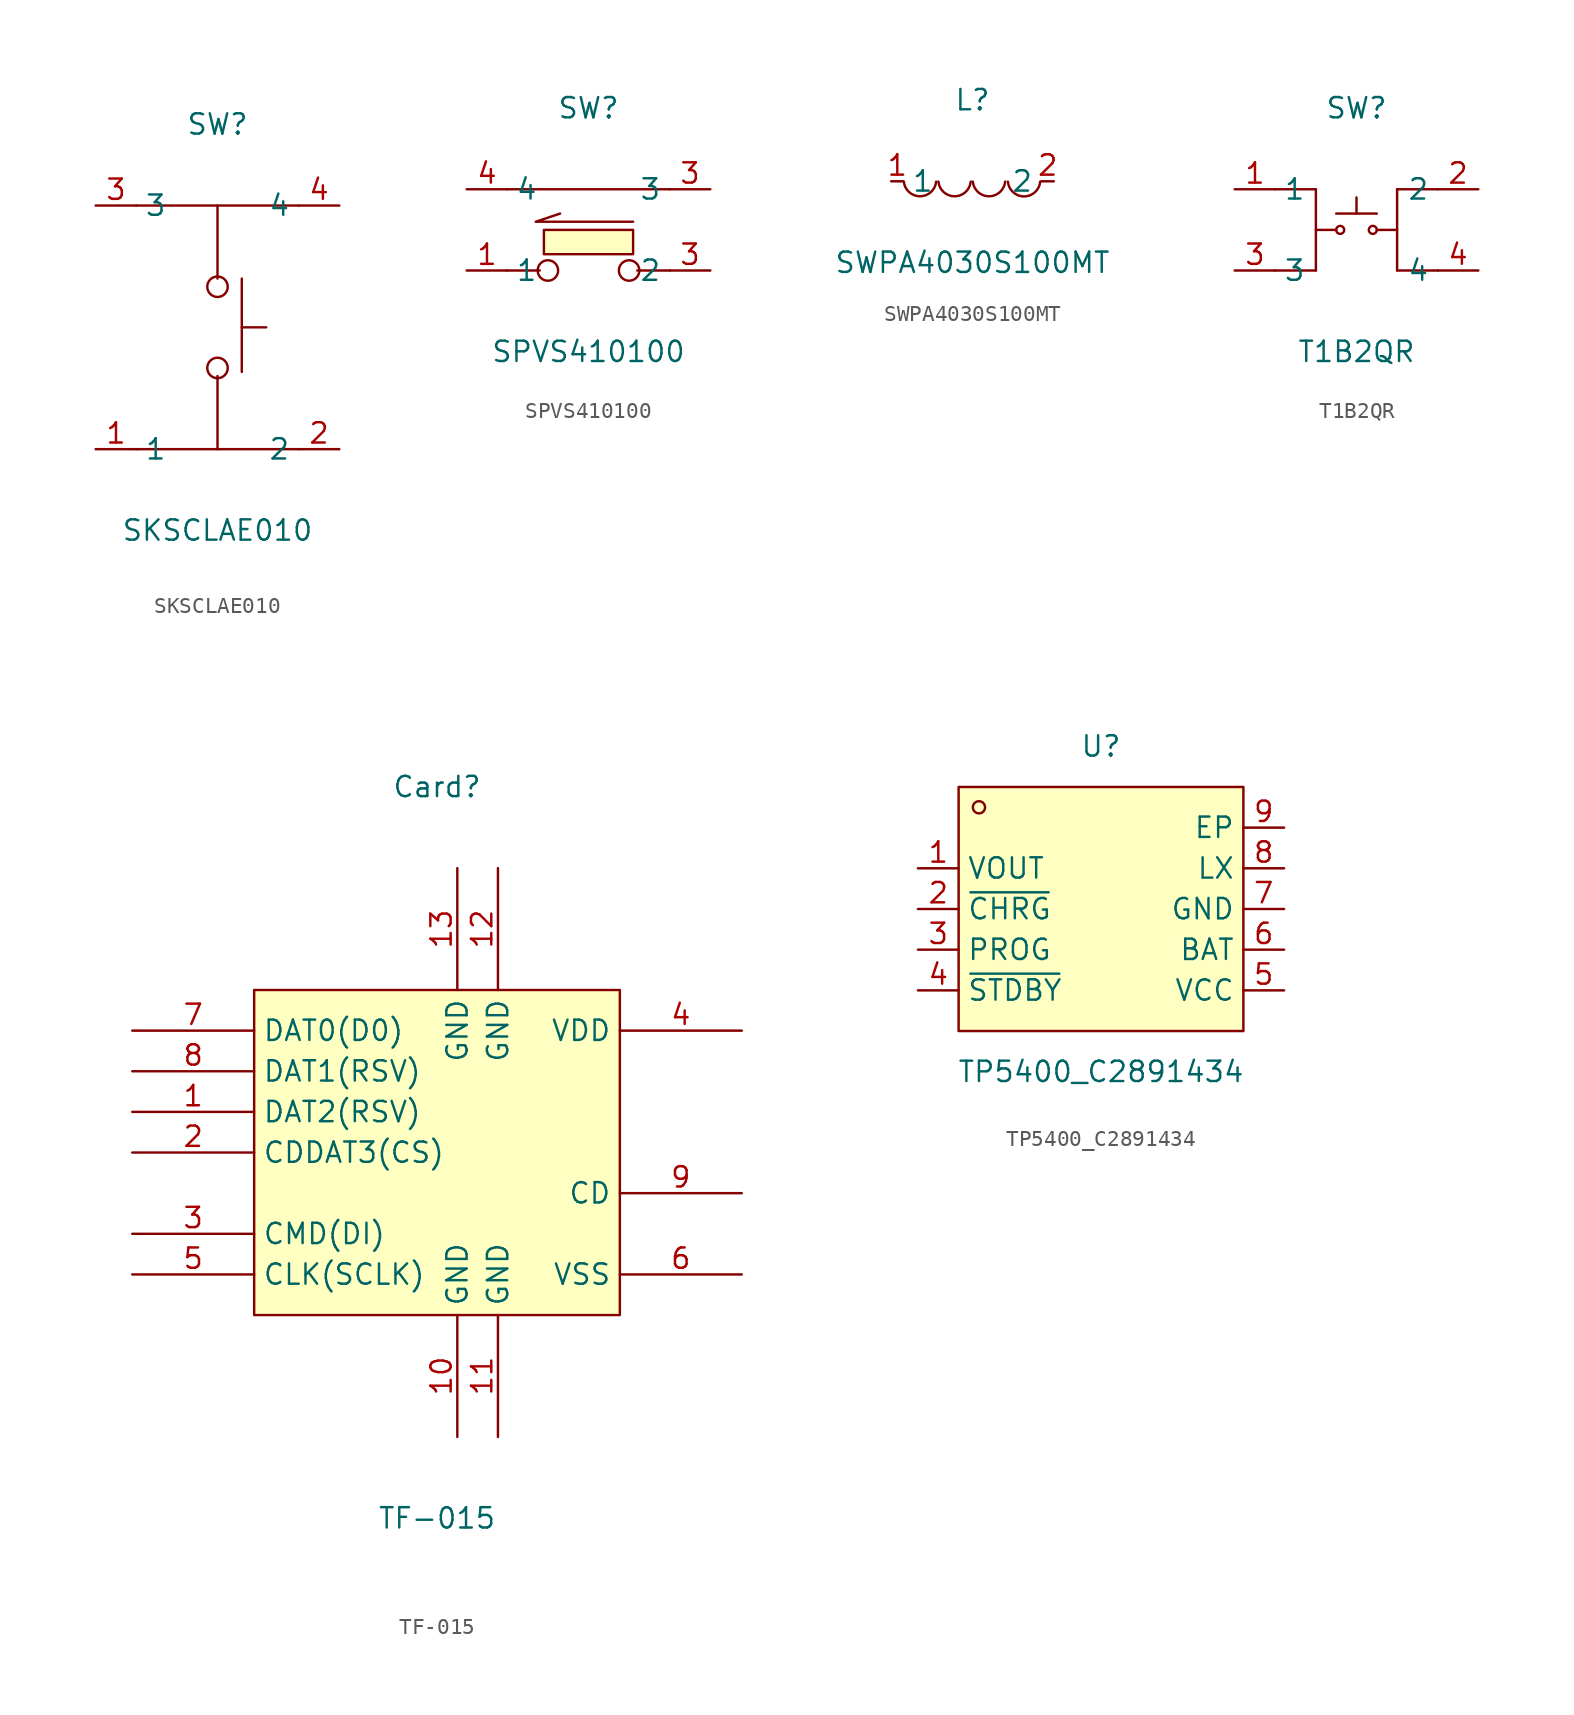
<source format=kicad_sym>
(kicad_symbol_lib
  (version 20211014)
  (generator https://github.com/uPesy/easyeda2kicad.py)
  (symbol "SKSCLAE010"
    (property "Reference" "SW"
      (at 0 11.43 0)
      (effects (font (size 1.27 1.27))))
    (property "Value" "SKSCLAE010"
      (at 0 -13.97 0)
      (effects (font (size 1.27 1.27))))
    (symbol "SKSCLAE010_0_1"
      (circle (center 0.00 -3.81) (radius 0.64) (stroke (width 0) (type default) (color 0 0 0 0)) (fill (type none)))
      (circle (center 0.00 1.27) (radius 0.64) (stroke (width 0) (type default) (color 0 0 0 0)) (fill (type none)))
      (polyline (pts (xy 0.00 -4.32) (xy 0.00 -8.89)) (stroke (width 0) (type default) (color 0 0 0 0)) (fill (type none)))
      (polyline (pts (xy 0.00 1.78) (xy 0.00 6.35)) (stroke (width 0) (type default) (color 0 0 0 0)) (fill (type none)))
      (polyline (pts (xy 5.08 6.35) (xy -5.08 6.35)) (stroke (width 0) (type default) (color 0 0 0 0)) (fill (type none)))
      (polyline (pts (xy 5.08 -8.89) (xy -5.08 -8.89)) (stroke (width 0) (type default) (color 0 0 0 0)) (fill (type none)))
      (polyline (pts (xy 1.52 -4.06) (xy 1.52 1.78)) (stroke (width 0) (type default) (color 0 0 0 0)) (fill (type none)))
      (polyline (pts (xy 3.05 -1.27) (xy 1.52 -1.27)) (stroke (width 0) (type default) (color 0 0 0 0)) (fill (type none)))
      (pin unspecified line (at -7.62 -8.89 0) (length 2.54) (name "1" (effects (font (size 1.27 1.27)))) (number "1" (effects (font (size 1.27 1.27)))))
      (pin unspecified line (at 7.62 -8.89 180) (length 2.54) (name "2" (effects (font (size 1.27 1.27)))) (number "2" (effects (font (size 1.27 1.27)))))
      (pin unspecified line (at -7.62 6.35 0) (length 2.54) (name "3" (effects (font (size 1.27 1.27)))) (number "3" (effects (font (size 1.27 1.27)))))
      (pin unspecified line (at 7.62 6.35 180) (length 2.54) (name "4" (effects (font (size 1.27 1.27)))) (number "4" (effects (font (size 1.27 1.27)))))))
  (symbol "SPVS410100"
    (property "Reference" "SW"
      (at 0 10.16 0)
      (effects (font (size 1.27 1.27))))
    (property "Value" "SPVS410100"
      (at 0 -5.08 0)
      (effects (font (size 1.27 1.27))))
    (symbol "SPVS410100_0_1"
      (rectangle (start -2.79 2.54) (end 2.79 1.02) (stroke (width 0) (type default) (color 0 0 0 0)) (fill (type background)))
      (circle (center -2.54 -0.00) (radius 0.64) (stroke (width 0) (type default) (color 0 0 0 0)) (fill (type none)))
      (circle (center 2.54 -0.00) (radius 0.64) (stroke (width 0) (type default) (color 0 0 0 0)) (fill (type none)))
      (polyline (pts (xy -3.05 -0.00) (xy -5.08 -0.00)) (stroke (width 0) (type default) (color 0 0 0 0)) (fill (type none)))
      (polyline (pts (xy 3.05 -0.00) (xy 5.08 -0.00)) (stroke (width 0) (type default) (color 0 0 0 0)) (fill (type none)))
      (polyline (pts (xy 2.79 3.05) (xy -3.30 3.05) (xy -1.78 3.56)) (stroke (width 0) (type default) (color 0 0 0 0)) (fill (type none)))
      (polyline (pts (xy -5.08 5.08) (xy 5.08 5.08)) (stroke (width 0) (type default) (color 0 0 0 0)) (fill (type none)))
      (pin unspecified line (at -7.62 -0.00 0) (length 2.54) (name "1" (effects (font (size 1.27 1.27)))) (number "1" (effects (font (size 1.27 1.27)))))
      (pin unspecified line (at 7.62 -0.00 180) (length 2.54) (name "2" (effects (font (size 1.27 1.27)))) (number "3" (effects (font (size 1.27 1.27)))))
      (pin unspecified line (at 7.62 5.08 180) (length 2.54) (name "3" (effects (font (size 1.27 1.27)))) (number "3" (effects (font (size 1.27 1.27)))))
      (pin unspecified line (at -7.62 5.08 0) (length 2.54) (name "4" (effects (font (size 1.27 1.27)))) (number "4" (effects (font (size 1.27 1.27)))))))
  (symbol "SWPA4030S100MT"
    (property "Reference" "L"
      (at 0 5.08 0)
      (effects (font (size 1.27 1.27))))
    (property "Value" "SWPA4030S100MT"
      (at 0 -5.08 0)
      (effects (font (size 1.27 1.27))))
    (symbol "SWPA4030S100MT_0_1"
      (arc (start -4.29 -0.02) (mid -2.52 -0.79) (end -2.27 -0.02) (stroke (width 0) (type default) (color 0 0 0 0)) (fill (type none)))
      (arc (start -2.13 -0.02) (mid -0.36 -0.79) (end -0.11 -0.02) (stroke (width 0) (type default) (color 0 0 0 0)) (fill (type none)))
      (arc (start 0.02 -0.02) (mid 1.79 -0.79) (end 2.04 -0.02) (stroke (width 0) (type default) (color 0 0 0 0)) (fill (type none)))
      (arc (start 2.21 -0.02) (mid 3.30 -1.12) (end 4.23 -0.02) (stroke (width 0) (type default) (color 0 0 0 0)) (fill (type none)))
      (pin unspecified line (at 5.08 -0.00 180) (length 0.762) (name "2" (effects (font (size 1.27 1.27)))) (number "2" (effects (font (size 1.27 1.27)))))
      (pin unspecified line (at -5.08 -0.00 0) (length 0.762) (name "1" (effects (font (size 1.27 1.27)))) (number "1" (effects (font (size 1.27 1.27)))))))
  (symbol "T1B2QR"
    (property "Reference" "SW"
      (at 0 7.62 0)
      (effects (font (size 1.27 1.27))))
    (property "Value" "T1B2QR"
      (at 0 -7.62 0)
      (effects (font (size 1.27 1.27))))
    (symbol "T1B2QR_0_1"
      (circle (center -1.02 -0.00) (radius 0.25) (stroke (width 0) (type default) (color 0 0 0 0)) (fill (type none)))
      (circle (center 1.02 -0.00) (radius 0.25) (stroke (width 0) (type default) (color 0 0 0 0)) (fill (type none)))
      (polyline (pts (xy -2.54 -2.54) (xy -5.08 -2.54)) (stroke (width 0) (type default) (color 0 0 0 0)) (fill (type none)))
      (polyline (pts (xy -2.54 2.54) (xy -5.08 2.54)) (stroke (width 0) (type default) (color 0 0 0 0)) (fill (type none)))
      (polyline (pts (xy 5.08 2.54) (xy 2.54 2.54)) (stroke (width 0) (type default) (color 0 0 0 0)) (fill (type none)))
      (polyline (pts (xy 2.54 -2.54) (xy 5.08 -2.54)) (stroke (width 0) (type default) (color 0 0 0 0)) (fill (type none)))
      (polyline (pts (xy 2.54 2.54) (xy 2.54 -2.54)) (stroke (width 0) (type default) (color 0 0 0 0)) (fill (type none)))
      (polyline (pts (xy -2.54 2.54) (xy -2.54 -2.54)) (stroke (width 0) (type default) (color 0 0 0 0)) (fill (type none)))
      (polyline (pts (xy 0.00 2.03) (xy 0.00 1.02)) (stroke (width 0) (type default) (color 0 0 0 0)) (fill (type none)))
      (polyline (pts (xy -1.27 1.02) (xy 1.27 1.02)) (stroke (width 0) (type default) (color 0 0 0 0)) (fill (type none)))
      (polyline (pts (xy -1.27 -0.00) (xy -2.54 -0.00) (xy -2.54 -0.00)) (stroke (width 0) (type default) (color 0 0 0 0)) (fill (type none)))
      (polyline (pts (xy 2.54 -0.00) (xy 1.27 -0.00) (xy 1.27 -0.00)) (stroke (width 0) (type default) (color 0 0 0 0)) (fill (type none)))
      (pin unspecified line (at 7.62 -2.54 180) (length 2.54) (name "4" (effects (font (size 1.27 1.27)))) (number "4" (effects (font (size 1.27 1.27)))))
      (pin unspecified line (at 7.62 2.54 180) (length 2.54) (name "2" (effects (font (size 1.27 1.27)))) (number "2" (effects (font (size 1.27 1.27)))))
      (pin unspecified line (at -7.62 -2.54 0) (length 2.54) (name "3" (effects (font (size 1.27 1.27)))) (number "3" (effects (font (size 1.27 1.27)))))
      (pin unspecified line (at -7.62 2.54 0) (length 2.54) (name "1" (effects (font (size 1.27 1.27)))) (number "1" (effects (font (size 1.27 1.27)))))))
  (symbol "TF-015"
    (property "Reference" "Card"
      (at 0 22.86 0)
      (effects (font (size 1.27 1.27))))
    (property "Value" "TF-015"
      (at 0 -22.86 0)
      (effects (font (size 1.27 1.27))))
    (symbol "TF-015_0_1"
      (rectangle (start -11.43 10.16) (end 11.43 -10.16) (stroke (width 0) (type default) (color 0 0 0 0)) (fill (type background)))
      (pin bidirectional line (at -19.05 2.54 0) (length 7.62) (name "DAT2(RSV)" (effects (font (size 1.27 1.27)))) (number "1" (effects (font (size 1.27 1.27)))))
      (pin bidirectional line (at -19.05 -0.00 0) (length 7.62) (name "CDDAT3(CS)" (effects (font (size 1.27 1.27)))) (number "2" (effects (font (size 1.27 1.27)))))
      (pin input line (at -19.05 -5.08 0) (length 7.62) (name "CMD(DI)" (effects (font (size 1.27 1.27)))) (number "3" (effects (font (size 1.27 1.27)))))
      (pin input line (at 19.05 7.62 180) (length 7.62) (name "VDD" (effects (font (size 1.27 1.27)))) (number "4" (effects (font (size 1.27 1.27)))))
      (pin input line (at -19.05 -7.62 0) (length 7.62) (name "CLK(SCLK)" (effects (font (size 1.27 1.27)))) (number "5" (effects (font (size 1.27 1.27)))))
      (pin input line (at 19.05 -7.62 180) (length 7.62) (name "VSS" (effects (font (size 1.27 1.27)))) (number "6" (effects (font (size 1.27 1.27)))))
      (pin bidirectional line (at -19.05 7.62 0) (length 7.62) (name "DAT0(D0)" (effects (font (size 1.27 1.27)))) (number "7" (effects (font (size 1.27 1.27)))))
      (pin bidirectional line (at -19.05 5.08 0) (length 7.62) (name "DAT1(RSV)" (effects (font (size 1.27 1.27)))) (number "8" (effects (font (size 1.27 1.27)))))
      (pin input line (at 1.27 17.78 270) (length 7.62) (name "GND" (effects (font (size 1.27 1.27)))) (number "13" (effects (font (size 1.27 1.27)))))
      (pin input line (at 1.27 -17.78 90) (length 7.62) (name "GND" (effects (font (size 1.27 1.27)))) (number "10" (effects (font (size 1.27 1.27)))))
      (pin input line (at 3.81 -17.78 90) (length 7.62) (name "GND" (effects (font (size 1.27 1.27)))) (number "11" (effects (font (size 1.27 1.27)))))
      (pin input line (at 3.81 17.78 270) (length 7.62) (name "GND" (effects (font (size 1.27 1.27)))) (number "12" (effects (font (size 1.27 1.27)))))
      (pin input line (at 19.05 -2.54 180) (length 7.62) (name "CD" (effects (font (size 1.27 1.27)))) (number "9" (effects (font (size 1.27 1.27)))))))
  (symbol "TP5400_C2891434"
    (property "Reference" "U"
      (at 0 10.16 0)
      (effects (font (size 1.27 1.27))))
    (property "Value" "TP5400_C2891434"
      (at 0 -10.16 0)
      (effects (font (size 1.27 1.27))))
    (symbol "TP5400_C2891434_0_1"
      (rectangle (start -8.89 7.62) (end 8.89 -7.62) (stroke (width 0) (type default) (color 0 0 0 0)) (fill (type background)))
      (circle (center -7.62 6.35) (radius 0.38) (stroke (width 0) (type default) (color 0 0 0 0)) (fill (type none)))
      (pin unspecified line (at -11.43 2.54 0) (length 2.54) (name "VOUT" (effects (font (size 1.27 1.27)))) (number "1" (effects (font (size 1.27 1.27)))))
      (pin unspecified line (at -11.43 -0.00 0) (length 2.54) (name "~{CHRG}" (effects (font (size 1.27 1.27)))) (number "2" (effects (font (size 1.27 1.27)))))
      (pin unspecified line (at -11.43 -2.54 0) (length 2.54) (name "PROG" (effects (font (size 1.27 1.27)))) (number "3" (effects (font (size 1.27 1.27)))))
      (pin unspecified line (at -11.43 -5.08 0) (length 2.54) (name "~{STDBY}" (effects (font (size 1.27 1.27)))) (number "4" (effects (font (size 1.27 1.27)))))
      (pin unspecified line (at 11.43 -5.08 180) (length 2.54) (name "VCC" (effects (font (size 1.27 1.27)))) (number "5" (effects (font (size 1.27 1.27)))))
      (pin unspecified line (at 11.43 -2.54 180) (length 2.54) (name "BAT" (effects (font (size 1.27 1.27)))) (number "6" (effects (font (size 1.27 1.27)))))
      (pin unspecified line (at 11.43 -0.00 180) (length 2.54) (name "GND" (effects (font (size 1.27 1.27)))) (number "7" (effects (font (size 1.27 1.27)))))
      (pin unspecified line (at 11.43 2.54 180) (length 2.54) (name "LX" (effects (font (size 1.27 1.27)))) (number "8" (effects (font (size 1.27 1.27)))))
      (pin unspecified line (at 11.43 5.08 180) (length 2.54) (name "EP" (effects (font (size 1.27 1.27)))) (number "9" (effects (font (size 1.27 1.27))))))))
</source>
